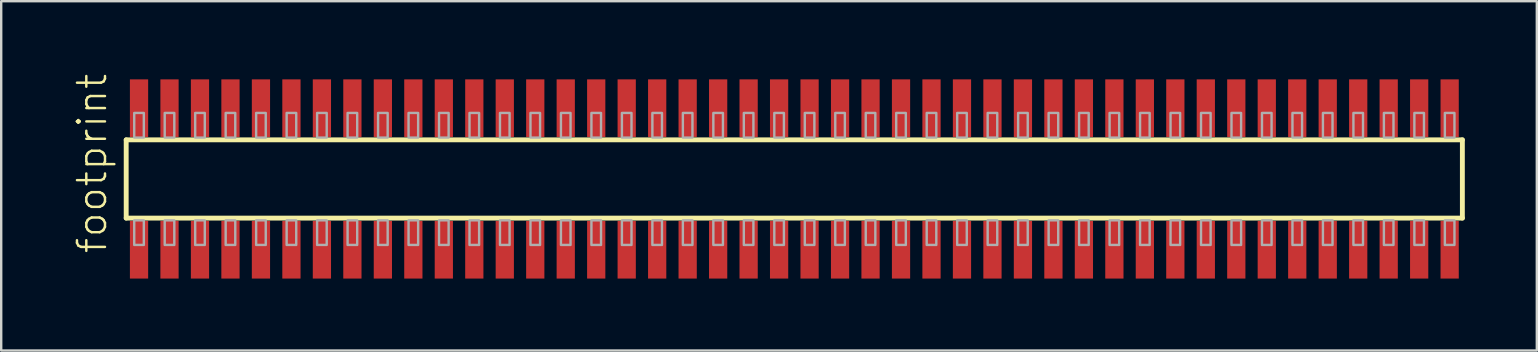
<source format=kicad_pcb>
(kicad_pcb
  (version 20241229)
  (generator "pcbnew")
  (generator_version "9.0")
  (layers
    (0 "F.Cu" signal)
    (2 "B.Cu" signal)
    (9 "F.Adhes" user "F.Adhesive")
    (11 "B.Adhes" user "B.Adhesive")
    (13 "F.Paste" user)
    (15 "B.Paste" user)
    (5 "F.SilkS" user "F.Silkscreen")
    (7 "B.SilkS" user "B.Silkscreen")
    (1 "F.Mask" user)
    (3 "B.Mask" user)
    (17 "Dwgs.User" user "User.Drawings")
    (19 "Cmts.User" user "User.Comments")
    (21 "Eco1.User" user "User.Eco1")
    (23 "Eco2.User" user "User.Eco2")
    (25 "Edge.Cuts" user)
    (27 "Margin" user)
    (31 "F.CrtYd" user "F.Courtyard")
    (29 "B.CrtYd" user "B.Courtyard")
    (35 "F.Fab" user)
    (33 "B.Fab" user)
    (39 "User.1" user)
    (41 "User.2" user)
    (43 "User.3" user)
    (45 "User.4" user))
  (footprint "footprint"
    (layer "F.Cu")
    (at 30.048 4.407)
    (property "Reference" "footprint" (at -28.575 3.175 90) (layer "F.SilkS") (effects (font (size 1.168 1.168) (thickness 0.102)) (justify left bottom)))
    (fp_line (start -27.84 -1.63) (end 27.835 -1.63) (stroke (width 0.203) (type solid)) (layer "F.SilkS"))
    (fp_line (start -27.84 1.63) (end -27.84 -1.63) (stroke (width 0.203) (type solid)) (layer "F.SilkS"))
    (fp_line (start 27.835 -1.63) (end 27.835 1.63) (stroke (width 0.203) (type solid)) (layer "F.SilkS"))
    (fp_line (start 27.835 1.63) (end -27.84 1.63) (stroke (width 0.203) (type solid)) (layer "F.SilkS"))
    (fp_poly (pts (xy -27.505 -1.725) (xy -27.105 -1.725) (xy -27.105 -2.75) (xy -27.505 -2.75)) (stroke (width 0.1) (type solid)) (fill no) (layer "F.Fab"))
    (fp_poly (pts (xy -27.105 1.725) (xy -27.505 1.725) (xy -27.505 2.75) (xy -27.105 2.75)) (stroke (width 0.1) (type solid)) (fill no) (layer "F.Fab"))
    (fp_poly (pts (xy -26.235 -1.725) (xy -25.835 -1.725) (xy -25.835 -2.75) (xy -26.235 -2.75)) (stroke (width 0.1) (type solid)) (fill no) (layer "F.Fab"))
    (fp_poly (pts (xy -25.835 1.725) (xy -26.235 1.725) (xy -26.235 2.75) (xy -25.835 2.75)) (stroke (width 0.1) (type solid)) (fill no) (layer "F.Fab"))
    (fp_poly (pts (xy -24.965 -1.725) (xy -24.565 -1.725) (xy -24.565 -2.75) (xy -24.965 -2.75)) (stroke (width 0.1) (type solid)) (fill no) (layer "F.Fab"))
    (fp_poly (pts (xy -24.565 1.725) (xy -24.965 1.725) (xy -24.965 2.75) (xy -24.565 2.75)) (stroke (width 0.1) (type solid)) (fill no) (layer "F.Fab"))
    (fp_poly (pts (xy -23.695 -1.725) (xy -23.295 -1.725) (xy -23.295 -2.75) (xy -23.695 -2.75)) (stroke (width 0.1) (type solid)) (fill no) (layer "F.Fab"))
    (fp_poly (pts (xy -23.295 1.725) (xy -23.695 1.725) (xy -23.695 2.75) (xy -23.295 2.75)) (stroke (width 0.1) (type solid)) (fill no) (layer "F.Fab"))
    (fp_poly (pts (xy -22.425 -1.725) (xy -22.025 -1.725) (xy -22.025 -2.75) (xy -22.425 -2.75)) (stroke (width 0.1) (type solid)) (fill no) (layer "F.Fab"))
    (fp_poly (pts (xy -22.025 1.725) (xy -22.425 1.725) (xy -22.425 2.75) (xy -22.025 2.75)) (stroke (width 0.1) (type solid)) (fill no) (layer "F.Fab"))
    (fp_poly (pts (xy -21.155 -1.725) (xy -20.755 -1.725) (xy -20.755 -2.75) (xy -21.155 -2.75)) (stroke (width 0.1) (type solid)) (fill no) (layer "F.Fab"))
    (fp_poly (pts (xy -20.755 1.725) (xy -21.155 1.725) (xy -21.155 2.75) (xy -20.755 2.75)) (stroke (width 0.1) (type solid)) (fill no) (layer "F.Fab"))
    (fp_poly (pts (xy -19.885 -1.725) (xy -19.485 -1.725) (xy -19.485 -2.75) (xy -19.885 -2.75)) (stroke (width 0.1) (type solid)) (fill no) (layer "F.Fab"))
    (fp_poly (pts (xy -19.485 1.725) (xy -19.885 1.725) (xy -19.885 2.75) (xy -19.485 2.75)) (stroke (width 0.1) (type solid)) (fill no) (layer "F.Fab"))
    (fp_poly (pts (xy -18.615 -1.725) (xy -18.215 -1.725) (xy -18.215 -2.75) (xy -18.615 -2.75)) (stroke (width 0.1) (type solid)) (fill no) (layer "F.Fab"))
    (fp_poly (pts (xy -18.215 1.725) (xy -18.615 1.725) (xy -18.615 2.75) (xy -18.215 2.75)) (stroke (width 0.1) (type solid)) (fill no) (layer "F.Fab"))
    (fp_poly (pts (xy -17.345 -1.725) (xy -16.945 -1.725) (xy -16.945 -2.75) (xy -17.345 -2.75)) (stroke (width 0.1) (type solid)) (fill no) (layer "F.Fab"))
    (fp_poly (pts (xy -16.945 1.725) (xy -17.345 1.725) (xy -17.345 2.75) (xy -16.945 2.75)) (stroke (width 0.1) (type solid)) (fill no) (layer "F.Fab"))
    (fp_poly (pts (xy -16.075 -1.725) (xy -15.675 -1.725) (xy -15.675 -2.75) (xy -16.075 -2.75)) (stroke (width 0.1) (type solid)) (fill no) (layer "F.Fab"))
    (fp_poly (pts (xy -15.675 1.725) (xy -16.075 1.725) (xy -16.075 2.75) (xy -15.675 2.75)) (stroke (width 0.1) (type solid)) (fill no) (layer "F.Fab"))
    (fp_poly (pts (xy -14.805 -1.725) (xy -14.405 -1.725) (xy -14.405 -2.75) (xy -14.805 -2.75)) (stroke (width 0.1) (type solid)) (fill no) (layer "F.Fab"))
    (fp_poly (pts (xy -14.405 1.725) (xy -14.805 1.725) (xy -14.805 2.75) (xy -14.405 2.75)) (stroke (width 0.1) (type solid)) (fill no) (layer "F.Fab"))
    (fp_poly (pts (xy -13.535 -1.725) (xy -13.135 -1.725) (xy -13.135 -2.75) (xy -13.535 -2.75)) (stroke (width 0.1) (type solid)) (fill no) (layer "F.Fab"))
    (fp_poly (pts (xy -13.135 1.725) (xy -13.535 1.725) (xy -13.535 2.75) (xy -13.135 2.75)) (stroke (width 0.1) (type solid)) (fill no) (layer "F.Fab"))
    (fp_poly (pts (xy -12.265 -1.725) (xy -11.865 -1.725) (xy -11.865 -2.75) (xy -12.265 -2.75)) (stroke (width 0.1) (type solid)) (fill no) (layer "F.Fab"))
    (fp_poly (pts (xy -11.865 1.725) (xy -12.265 1.725) (xy -12.265 2.75) (xy -11.865 2.75)) (stroke (width 0.1) (type solid)) (fill no) (layer "F.Fab"))
    (fp_poly (pts (xy -10.995 -1.725) (xy -10.595 -1.725) (xy -10.595 -2.75) (xy -10.995 -2.75)) (stroke (width 0.1) (type solid)) (fill no) (layer "F.Fab"))
    (fp_poly (pts (xy -10.595 1.725) (xy -10.995 1.725) (xy -10.995 2.75) (xy -10.595 2.75)) (stroke (width 0.1) (type solid)) (fill no) (layer "F.Fab"))
    (fp_poly (pts (xy -9.725 -1.725) (xy -9.325 -1.725) (xy -9.325 -2.75) (xy -9.725 -2.75)) (stroke (width 0.1) (type solid)) (fill no) (layer "F.Fab"))
    (fp_poly (pts (xy -9.325 1.725) (xy -9.725 1.725) (xy -9.725 2.75) (xy -9.325 2.75)) (stroke (width 0.1) (type solid)) (fill no) (layer "F.Fab"))
    (fp_poly (pts (xy -8.455 -1.725) (xy -8.055 -1.725) (xy -8.055 -2.75) (xy -8.455 -2.75)) (stroke (width 0.1) (type solid)) (fill no) (layer "F.Fab"))
    (fp_poly (pts (xy -8.055 1.725) (xy -8.455 1.725) (xy -8.455 2.75) (xy -8.055 2.75)) (stroke (width 0.1) (type solid)) (fill no) (layer "F.Fab"))
    (fp_poly (pts (xy -7.185 -1.725) (xy -6.785 -1.725) (xy -6.785 -2.75) (xy -7.185 -2.75)) (stroke (width 0.1) (type solid)) (fill no) (layer "F.Fab"))
    (fp_poly (pts (xy -6.785 1.725) (xy -7.185 1.725) (xy -7.185 2.75) (xy -6.785 2.75)) (stroke (width 0.1) (type solid)) (fill no) (layer "F.Fab"))
    (fp_poly (pts (xy -5.915 -1.725) (xy -5.515 -1.725) (xy -5.515 -2.75) (xy -5.915 -2.75)) (stroke (width 0.1) (type solid)) (fill no) (layer "F.Fab"))
    (fp_poly (pts (xy -5.515 1.725) (xy -5.915 1.725) (xy -5.915 2.75) (xy -5.515 2.75)) (stroke (width 0.1) (type solid)) (fill no) (layer "F.Fab"))
    (fp_poly (pts (xy -4.645 -1.725) (xy -4.245 -1.725) (xy -4.245 -2.75) (xy -4.645 -2.75)) (stroke (width 0.1) (type solid)) (fill no) (layer "F.Fab"))
    (fp_poly (pts (xy -4.245 1.725) (xy -4.645 1.725) (xy -4.645 2.75) (xy -4.245 2.75)) (stroke (width 0.1) (type solid)) (fill no) (layer "F.Fab"))
    (fp_poly (pts (xy -3.375 -1.725) (xy -2.975 -1.725) (xy -2.975 -2.75) (xy -3.375 -2.75)) (stroke (width 0.1) (type solid)) (fill no) (layer "F.Fab"))
    (fp_poly (pts (xy -2.975 1.725) (xy -3.375 1.725) (xy -3.375 2.75) (xy -2.975 2.75)) (stroke (width 0.1) (type solid)) (fill no) (layer "F.Fab"))
    (fp_poly (pts (xy -2.105 -1.725) (xy -1.705 -1.725) (xy -1.705 -2.75) (xy -2.105 -2.75)) (stroke (width 0.1) (type solid)) (fill no) (layer "F.Fab"))
    (fp_poly (pts (xy -1.705 1.725) (xy -2.105 1.725) (xy -2.105 2.75) (xy -1.705 2.75)) (stroke (width 0.1) (type solid)) (fill no) (layer "F.Fab"))
    (fp_poly (pts (xy -0.835 -1.725) (xy -0.435 -1.725) (xy -0.435 -2.75) (xy -0.835 -2.75)) (stroke (width 0.1) (type solid)) (fill no) (layer "F.Fab"))
    (fp_poly (pts (xy -0.435 1.725) (xy -0.835 1.725) (xy -0.835 2.75) (xy -0.435 2.75)) (stroke (width 0.1) (type solid)) (fill no) (layer "F.Fab"))
    (fp_poly (pts (xy 0.435 -1.725) (xy 0.835 -1.725) (xy 0.835 -2.75) (xy 0.435 -2.75)) (stroke (width 0.1) (type solid)) (fill no) (layer "F.Fab"))
    (fp_poly (pts (xy 0.835 1.725) (xy 0.435 1.725) (xy 0.435 2.75) (xy 0.835 2.75)) (stroke (width 0.1) (type solid)) (fill no) (layer "F.Fab"))
    (fp_poly (pts (xy 1.705 -1.725) (xy 2.105 -1.725) (xy 2.105 -2.75) (xy 1.705 -2.75)) (stroke (width 0.1) (type solid)) (fill no) (layer "F.Fab"))
    (fp_poly (pts (xy 2.105 1.725) (xy 1.705 1.725) (xy 1.705 2.75) (xy 2.105 2.75)) (stroke (width 0.1) (type solid)) (fill no) (layer "F.Fab"))
    (fp_poly (pts (xy 2.975 -1.725) (xy 3.375 -1.725) (xy 3.375 -2.75) (xy 2.975 -2.75)) (stroke (width 0.1) (type solid)) (fill no) (layer "F.Fab"))
    (fp_poly (pts (xy 3.375 1.725) (xy 2.975 1.725) (xy 2.975 2.75) (xy 3.375 2.75)) (stroke (width 0.1) (type solid)) (fill no) (layer "F.Fab"))
    (fp_poly (pts (xy 4.245 -1.725) (xy 4.645 -1.725) (xy 4.645 -2.75) (xy 4.245 -2.75)) (stroke (width 0.1) (type solid)) (fill no) (layer "F.Fab"))
    (fp_poly (pts (xy 4.645 1.725) (xy 4.245 1.725) (xy 4.245 2.75) (xy 4.645 2.75)) (stroke (width 0.1) (type solid)) (fill no) (layer "F.Fab"))
    (fp_poly (pts (xy 5.515 -1.725) (xy 5.915 -1.725) (xy 5.915 -2.75) (xy 5.515 -2.75)) (stroke (width 0.1) (type solid)) (fill no) (layer "F.Fab"))
    (fp_poly (pts (xy 5.915 1.725) (xy 5.515 1.725) (xy 5.515 2.75) (xy 5.915 2.75)) (stroke (width 0.1) (type solid)) (fill no) (layer "F.Fab"))
    (fp_poly (pts (xy 6.785 -1.725) (xy 7.185 -1.725) (xy 7.185 -2.75) (xy 6.785 -2.75)) (stroke (width 0.1) (type solid)) (fill no) (layer "F.Fab"))
    (fp_poly (pts (xy 7.185 1.725) (xy 6.785 1.725) (xy 6.785 2.75) (xy 7.185 2.75)) (stroke (width 0.1) (type solid)) (fill no) (layer "F.Fab"))
    (fp_poly (pts (xy 8.055 -1.725) (xy 8.455 -1.725) (xy 8.455 -2.75) (xy 8.055 -2.75)) (stroke (width 0.1) (type solid)) (fill no) (layer "F.Fab"))
    (fp_poly (pts (xy 8.455 1.725) (xy 8.055 1.725) (xy 8.055 2.75) (xy 8.455 2.75)) (stroke (width 0.1) (type solid)) (fill no) (layer "F.Fab"))
    (fp_poly (pts (xy 9.325 -1.725) (xy 9.725 -1.725) (xy 9.725 -2.75) (xy 9.325 -2.75)) (stroke (width 0.1) (type solid)) (fill no) (layer "F.Fab"))
    (fp_poly (pts (xy 9.725 1.725) (xy 9.325 1.725) (xy 9.325 2.75) (xy 9.725 2.75)) (stroke (width 0.1) (type solid)) (fill no) (layer "F.Fab"))
    (fp_poly (pts (xy 10.595 -1.725) (xy 10.995 -1.725) (xy 10.995 -2.75) (xy 10.595 -2.75)) (stroke (width 0.1) (type solid)) (fill no) (layer "F.Fab"))
    (fp_poly (pts (xy 10.995 1.725) (xy 10.595 1.725) (xy 10.595 2.75) (xy 10.995 2.75)) (stroke (width 0.1) (type solid)) (fill no) (layer "F.Fab"))
    (fp_poly (pts (xy 11.865 -1.725) (xy 12.265 -1.725) (xy 12.265 -2.75) (xy 11.865 -2.75)) (stroke (width 0.1) (type solid)) (fill no) (layer "F.Fab"))
    (fp_poly (pts (xy 12.265 1.725) (xy 11.865 1.725) (xy 11.865 2.75) (xy 12.265 2.75)) (stroke (width 0.1) (type solid)) (fill no) (layer "F.Fab"))
    (fp_poly (pts (xy 13.135 -1.725) (xy 13.535 -1.725) (xy 13.535 -2.75) (xy 13.135 -2.75)) (stroke (width 0.1) (type solid)) (fill no) (layer "F.Fab"))
    (fp_poly (pts (xy 13.535 1.725) (xy 13.135 1.725) (xy 13.135 2.75) (xy 13.535 2.75)) (stroke (width 0.1) (type solid)) (fill no) (layer "F.Fab"))
    (fp_poly (pts (xy 14.405 -1.725) (xy 14.805 -1.725) (xy 14.805 -2.75) (xy 14.405 -2.75)) (stroke (width 0.1) (type solid)) (fill no) (layer "F.Fab"))
    (fp_poly (pts (xy 14.805 1.725) (xy 14.405 1.725) (xy 14.405 2.75) (xy 14.805 2.75)) (stroke (width 0.1) (type solid)) (fill no) (layer "F.Fab"))
    (fp_poly (pts (xy 15.675 -1.725) (xy 16.075 -1.725) (xy 16.075 -2.75) (xy 15.675 -2.75)) (stroke (width 0.1) (type solid)) (fill no) (layer "F.Fab"))
    (fp_poly (pts (xy 16.075 1.725) (xy 15.675 1.725) (xy 15.675 2.75) (xy 16.075 2.75)) (stroke (width 0.1) (type solid)) (fill no) (layer "F.Fab"))
    (fp_poly (pts (xy 16.945 -1.725) (xy 17.345 -1.725) (xy 17.345 -2.75) (xy 16.945 -2.75)) (stroke (width 0.1) (type solid)) (fill no) (layer "F.Fab"))
    (fp_poly (pts (xy 17.345 1.725) (xy 16.945 1.725) (xy 16.945 2.75) (xy 17.345 2.75)) (stroke (width 0.1) (type solid)) (fill no) (layer "F.Fab"))
    (fp_poly (pts (xy 18.215 -1.725) (xy 18.615 -1.725) (xy 18.615 -2.75) (xy 18.215 -2.75)) (stroke (width 0.1) (type solid)) (fill no) (layer "F.Fab"))
    (fp_poly (pts (xy 18.615 1.725) (xy 18.215 1.725) (xy 18.215 2.75) (xy 18.615 2.75)) (stroke (width 0.1) (type solid)) (fill no) (layer "F.Fab"))
    (fp_poly (pts (xy 19.485 -1.725) (xy 19.885 -1.725) (xy 19.885 -2.75) (xy 19.485 -2.75)) (stroke (width 0.1) (type solid)) (fill no) (layer "F.Fab"))
    (fp_poly (pts (xy 19.885 1.725) (xy 19.485 1.725) (xy 19.485 2.75) (xy 19.885 2.75)) (stroke (width 0.1) (type solid)) (fill no) (layer "F.Fab"))
    (fp_poly (pts (xy 20.755 -1.725) (xy 21.155 -1.725) (xy 21.155 -2.75) (xy 20.755 -2.75)) (stroke (width 0.1) (type solid)) (fill no) (layer "F.Fab"))
    (fp_poly (pts (xy 21.155 1.725) (xy 20.755 1.725) (xy 20.755 2.75) (xy 21.155 2.75)) (stroke (width 0.1) (type solid)) (fill no) (layer "F.Fab"))
    (fp_poly (pts (xy 22.025 -1.725) (xy 22.425 -1.725) (xy 22.425 -2.75) (xy 22.025 -2.75)) (stroke (width 0.1) (type solid)) (fill no) (layer "F.Fab"))
    (fp_poly (pts (xy 22.425 1.725) (xy 22.025 1.725) (xy 22.025 2.75) (xy 22.425 2.75)) (stroke (width 0.1) (type solid)) (fill no) (layer "F.Fab"))
    (fp_poly (pts (xy 23.295 -1.725) (xy 23.695 -1.725) (xy 23.695 -2.75) (xy 23.295 -2.75)) (stroke (width 0.1) (type solid)) (fill no) (layer "F.Fab"))
    (fp_poly (pts (xy 23.695 1.725) (xy 23.295 1.725) (xy 23.295 2.75) (xy 23.695 2.75)) (stroke (width 0.1) (type solid)) (fill no) (layer "F.Fab"))
    (fp_poly (pts (xy 24.565 -1.725) (xy 24.965 -1.725) (xy 24.965 -2.75) (xy 24.565 -2.75)) (stroke (width 0.1) (type solid)) (fill no) (layer "F.Fab"))
    (fp_poly (pts (xy 24.965 1.725) (xy 24.565 1.725) (xy 24.565 2.75) (xy 24.965 2.75)) (stroke (width 0.1) (type solid)) (fill no) (layer "F.Fab"))
    (fp_poly (pts (xy 25.835 -1.725) (xy 26.235 -1.725) (xy 26.235 -2.75) (xy 25.835 -2.75)) (stroke (width 0.1) (type solid)) (fill no) (layer "F.Fab"))
    (fp_poly (pts (xy 26.235 1.725) (xy 25.835 1.725) (xy 25.835 2.75) (xy 26.235 2.75)) (stroke (width 0.1) (type solid)) (fill no) (layer "F.Fab"))
    (fp_poly (pts (xy 27.105 -1.725) (xy 27.505 -1.725) (xy 27.505 -2.75) (xy 27.105 -2.75)) (stroke (width 0.1) (type solid)) (fill no) (layer "F.Fab"))
    (fp_poly (pts (xy 27.505 1.725) (xy 27.105 1.725) (xy 27.105 2.75) (xy 27.505 2.75)) (stroke (width 0.1) (type solid)) (fill no) (layer "F.Fab"))
    (pad "1" smd rect (at -27.305 2.95) (size 0.76 2.4) (layers "F.Cu" "F.Mask" "F.Paste"))
    (pad "2" smd rect (at -27.305 -2.95) (size 0.76 2.4) (layers "F.Cu" "F.Mask" "F.Paste"))
    (pad "3" smd rect (at -26.035 2.95) (size 0.76 2.4) (layers "F.Cu" "F.Mask" "F.Paste"))
    (pad "4" smd rect (at -26.035 -2.95) (size 0.76 2.4) (layers "F.Cu" "F.Mask" "F.Paste"))
    (pad "5" smd rect (at -24.765 2.95) (size 0.76 2.4) (layers "F.Cu" "F.Mask" "F.Paste"))
    (pad "6" smd rect (at -24.765 -2.95) (size 0.76 2.4) (layers "F.Cu" "F.Mask" "F.Paste"))
    (pad "7" smd rect (at -23.495 2.95) (size 0.76 2.4) (layers "F.Cu" "F.Mask" "F.Paste"))
    (pad "8" smd rect (at -23.495 -2.95) (size 0.76 2.4) (layers "F.Cu" "F.Mask" "F.Paste"))
    (pad "9" smd rect (at -22.225 2.95) (size 0.76 2.4) (layers "F.Cu" "F.Mask" "F.Paste"))
    (pad "10" smd rect (at -22.225 -2.95) (size 0.76 2.4) (layers "F.Cu" "F.Mask" "F.Paste"))
    (pad "11" smd rect (at -20.955 2.95) (size 0.76 2.4) (layers "F.Cu" "F.Mask" "F.Paste"))
    (pad "12" smd rect (at -20.955 -2.95) (size 0.76 2.4) (layers "F.Cu" "F.Mask" "F.Paste"))
    (pad "13" smd rect (at -19.685 2.95) (size 0.76 2.4) (layers "F.Cu" "F.Mask" "F.Paste"))
    (pad "14" smd rect (at -19.685 -2.95) (size 0.76 2.4) (layers "F.Cu" "F.Mask" "F.Paste"))
    (pad "15" smd rect (at -18.415 2.95) (size 0.76 2.4) (layers "F.Cu" "F.Mask" "F.Paste"))
    (pad "16" smd rect (at -18.415 -2.95) (size 0.76 2.4) (layers "F.Cu" "F.Mask" "F.Paste"))
    (pad "17" smd rect (at -17.145 2.95) (size 0.76 2.4) (layers "F.Cu" "F.Mask" "F.Paste"))
    (pad "18" smd rect (at -17.145 -2.95) (size 0.76 2.4) (layers "F.Cu" "F.Mask" "F.Paste"))
    (pad "19" smd rect (at -15.875 2.95) (size 0.76 2.4) (layers "F.Cu" "F.Mask" "F.Paste"))
    (pad "20" smd rect (at -15.875 -2.95) (size 0.76 2.4) (layers "F.Cu" "F.Mask" "F.Paste"))
    (pad "21" smd rect (at -14.605 2.95) (size 0.76 2.4) (layers "F.Cu" "F.Mask" "F.Paste"))
    (pad "22" smd rect (at -14.605 -2.95) (size 0.76 2.4) (layers "F.Cu" "F.Mask" "F.Paste"))
    (pad "23" smd rect (at -13.335 2.95) (size 0.76 2.4) (layers "F.Cu" "F.Mask" "F.Paste"))
    (pad "24" smd rect (at -13.335 -2.95) (size 0.76 2.4) (layers "F.Cu" "F.Mask" "F.Paste"))
    (pad "25" smd rect (at -12.065 2.95) (size 0.76 2.4) (layers "F.Cu" "F.Mask" "F.Paste"))
    (pad "26" smd rect (at -12.065 -2.95) (size 0.76 2.4) (layers "F.Cu" "F.Mask" "F.Paste"))
    (pad "27" smd rect (at -10.795 2.95) (size 0.76 2.4) (layers "F.Cu" "F.Mask" "F.Paste"))
    (pad "28" smd rect (at -10.795 -2.95) (size 0.76 2.4) (layers "F.Cu" "F.Mask" "F.Paste"))
    (pad "29" smd rect (at -9.525 2.95) (size 0.76 2.4) (layers "F.Cu" "F.Mask" "F.Paste"))
    (pad "30" smd rect (at -9.525 -2.95) (size 0.76 2.4) (layers "F.Cu" "F.Mask" "F.Paste"))
    (pad "31" smd rect (at -8.255 2.95) (size 0.76 2.4) (layers "F.Cu" "F.Mask" "F.Paste"))
    (pad "32" smd rect (at -8.255 -2.95) (size 0.76 2.4) (layers "F.Cu" "F.Mask" "F.Paste"))
    (pad "33" smd rect (at -6.985 2.95) (size 0.76 2.4) (layers "F.Cu" "F.Mask" "F.Paste"))
    (pad "34" smd rect (at -6.985 -2.95) (size 0.76 2.4) (layers "F.Cu" "F.Mask" "F.Paste"))
    (pad "35" smd rect (at -5.715 2.95) (size 0.76 2.4) (layers "F.Cu" "F.Mask" "F.Paste"))
    (pad "36" smd rect (at -5.715 -2.95) (size 0.76 2.4) (layers "F.Cu" "F.Mask" "F.Paste"))
    (pad "37" smd rect (at -4.445 2.95) (size 0.76 2.4) (layers "F.Cu" "F.Mask" "F.Paste"))
    (pad "38" smd rect (at -4.445 -2.95) (size 0.76 2.4) (layers "F.Cu" "F.Mask" "F.Paste"))
    (pad "39" smd rect (at -3.175 2.95) (size 0.76 2.4) (layers "F.Cu" "F.Mask" "F.Paste"))
    (pad "40" smd rect (at -3.175 -2.95) (size 0.76 2.4) (layers "F.Cu" "F.Mask" "F.Paste"))
    (pad "41" smd rect (at -1.905 2.95) (size 0.76 2.4) (layers "F.Cu" "F.Mask" "F.Paste"))
    (pad "42" smd rect (at -1.905 -2.95) (size 0.76 2.4) (layers "F.Cu" "F.Mask" "F.Paste"))
    (pad "43" smd rect (at -0.635 2.95) (size 0.76 2.4) (layers "F.Cu" "F.Mask" "F.Paste"))
    (pad "44" smd rect (at -0.635 -2.95) (size 0.76 2.4) (layers "F.Cu" "F.Mask" "F.Paste"))
    (pad "45" smd rect (at 0.635 2.95) (size 0.76 2.4) (layers "F.Cu" "F.Mask" "F.Paste"))
    (pad "46" smd rect (at 0.635 -2.95) (size 0.76 2.4) (layers "F.Cu" "F.Mask" "F.Paste"))
    (pad "47" smd rect (at 1.905 2.95) (size 0.76 2.4) (layers "F.Cu" "F.Mask" "F.Paste"))
    (pad "48" smd rect (at 1.905 -2.95) (size 0.76 2.4) (layers "F.Cu" "F.Mask" "F.Paste"))
    (pad "49" smd rect (at 3.175 2.95) (size 0.76 2.4) (layers "F.Cu" "F.Mask" "F.Paste"))
    (pad "50" smd rect (at 3.175 -2.95) (size 0.76 2.4) (layers "F.Cu" "F.Mask" "F.Paste"))
    (pad "51" smd rect (at 4.445 2.95) (size 0.76 2.4) (layers "F.Cu" "F.Mask" "F.Paste"))
    (pad "52" smd rect (at 4.445 -2.95) (size 0.76 2.4) (layers "F.Cu" "F.Mask" "F.Paste"))
    (pad "53" smd rect (at 5.715 2.95) (size 0.76 2.4) (layers "F.Cu" "F.Mask" "F.Paste"))
    (pad "54" smd rect (at 5.715 -2.95) (size 0.76 2.4) (layers "F.Cu" "F.Mask" "F.Paste"))
    (pad "55" smd rect (at 6.985 2.95) (size 0.76 2.4) (layers "F.Cu" "F.Mask" "F.Paste"))
    (pad "56" smd rect (at 6.985 -2.95) (size 0.76 2.4) (layers "F.Cu" "F.Mask" "F.Paste"))
    (pad "57" smd rect (at 8.255 2.95) (size 0.76 2.4) (layers "F.Cu" "F.Mask" "F.Paste"))
    (pad "58" smd rect (at 8.255 -2.95) (size 0.76 2.4) (layers "F.Cu" "F.Mask" "F.Paste"))
    (pad "59" smd rect (at 9.525 2.95) (size 0.76 2.4) (layers "F.Cu" "F.Mask" "F.Paste"))
    (pad "60" smd rect (at 9.525 -2.95) (size 0.76 2.4) (layers "F.Cu" "F.Mask" "F.Paste"))
    (pad "61" smd rect (at 10.795 2.95) (size 0.76 2.4) (layers "F.Cu" "F.Mask" "F.Paste"))
    (pad "62" smd rect (at 10.795 -2.95) (size 0.76 2.4) (layers "F.Cu" "F.Mask" "F.Paste"))
    (pad "63" smd rect (at 12.065 2.95) (size 0.76 2.4) (layers "F.Cu" "F.Mask" "F.Paste"))
    (pad "64" smd rect (at 12.065 -2.95) (size 0.76 2.4) (layers "F.Cu" "F.Mask" "F.Paste"))
    (pad "65" smd rect (at 13.335 2.95) (size 0.76 2.4) (layers "F.Cu" "F.Mask" "F.Paste"))
    (pad "66" smd rect (at 13.335 -2.95) (size 0.76 2.4) (layers "F.Cu" "F.Mask" "F.Paste"))
    (pad "67" smd rect (at 14.605 2.95) (size 0.76 2.4) (layers "F.Cu" "F.Mask" "F.Paste"))
    (pad "68" smd rect (at 14.605 -2.95) (size 0.76 2.4) (layers "F.Cu" "F.Mask" "F.Paste"))
    (pad "69" smd rect (at 15.875 2.95) (size 0.76 2.4) (layers "F.Cu" "F.Mask" "F.Paste"))
    (pad "70" smd rect (at 15.875 -2.95) (size 0.76 2.4) (layers "F.Cu" "F.Mask" "F.Paste"))
    (pad "71" smd rect (at 17.145 2.95) (size 0.76 2.4) (layers "F.Cu" "F.Mask" "F.Paste"))
    (pad "72" smd rect (at 17.145 -2.95) (size 0.76 2.4) (layers "F.Cu" "F.Mask" "F.Paste"))
    (pad "73" smd rect (at 18.415 2.95) (size 0.76 2.4) (layers "F.Cu" "F.Mask" "F.Paste"))
    (pad "74" smd rect (at 18.415 -2.95) (size 0.76 2.4) (layers "F.Cu" "F.Mask" "F.Paste"))
    (pad "75" smd rect (at 19.685 2.95) (size 0.76 2.4) (layers "F.Cu" "F.Mask" "F.Paste"))
    (pad "76" smd rect (at 19.685 -2.95) (size 0.76 2.4) (layers "F.Cu" "F.Mask" "F.Paste"))
    (pad "77" smd rect (at 20.955 2.95) (size 0.76 2.4) (layers "F.Cu" "F.Mask" "F.Paste"))
    (pad "78" smd rect (at 20.955 -2.95) (size 0.76 2.4) (layers "F.Cu" "F.Mask" "F.Paste"))
    (pad "79" smd rect (at 22.225 2.95) (size 0.76 2.4) (layers "F.Cu" "F.Mask" "F.Paste"))
    (pad "80" smd rect (at 22.225 -2.95) (size 0.76 2.4) (layers "F.Cu" "F.Mask" "F.Paste"))
    (pad "81" smd rect (at 23.495 2.95) (size 0.76 2.4) (layers "F.Cu" "F.Mask" "F.Paste"))
    (pad "82" smd rect (at 23.495 -2.95) (size 0.76 2.4) (layers "F.Cu" "F.Mask" "F.Paste"))
    (pad "83" smd rect (at 24.765 2.95) (size 0.76 2.4) (layers "F.Cu" "F.Mask" "F.Paste"))
    (pad "84" smd rect (at 24.765 -2.95) (size 0.76 2.4) (layers "F.Cu" "F.Mask" "F.Paste"))
    (pad "85" smd rect (at 26.035 2.95) (size 0.76 2.4) (layers "F.Cu" "F.Mask" "F.Paste"))
    (pad "86" smd rect (at 26.035 -2.95) (size 0.76 2.4) (layers "F.Cu" "F.Mask" "F.Paste"))
    (pad "87" smd rect (at 27.305 2.95) (size 0.76 2.4) (layers "F.Cu" "F.Mask" "F.Paste"))
    (pad "88" smd rect (at 27.305 -2.95) (size 0.76 2.4) (layers "F.Cu" "F.Mask" "F.Paste")))
  (gr_rect
    (start -3 -3)
    (end 60.985 11.557)
    (stroke (width 0.1) (type default))
    (fill no)
    (layer "Edge.Cuts")))
</source>
